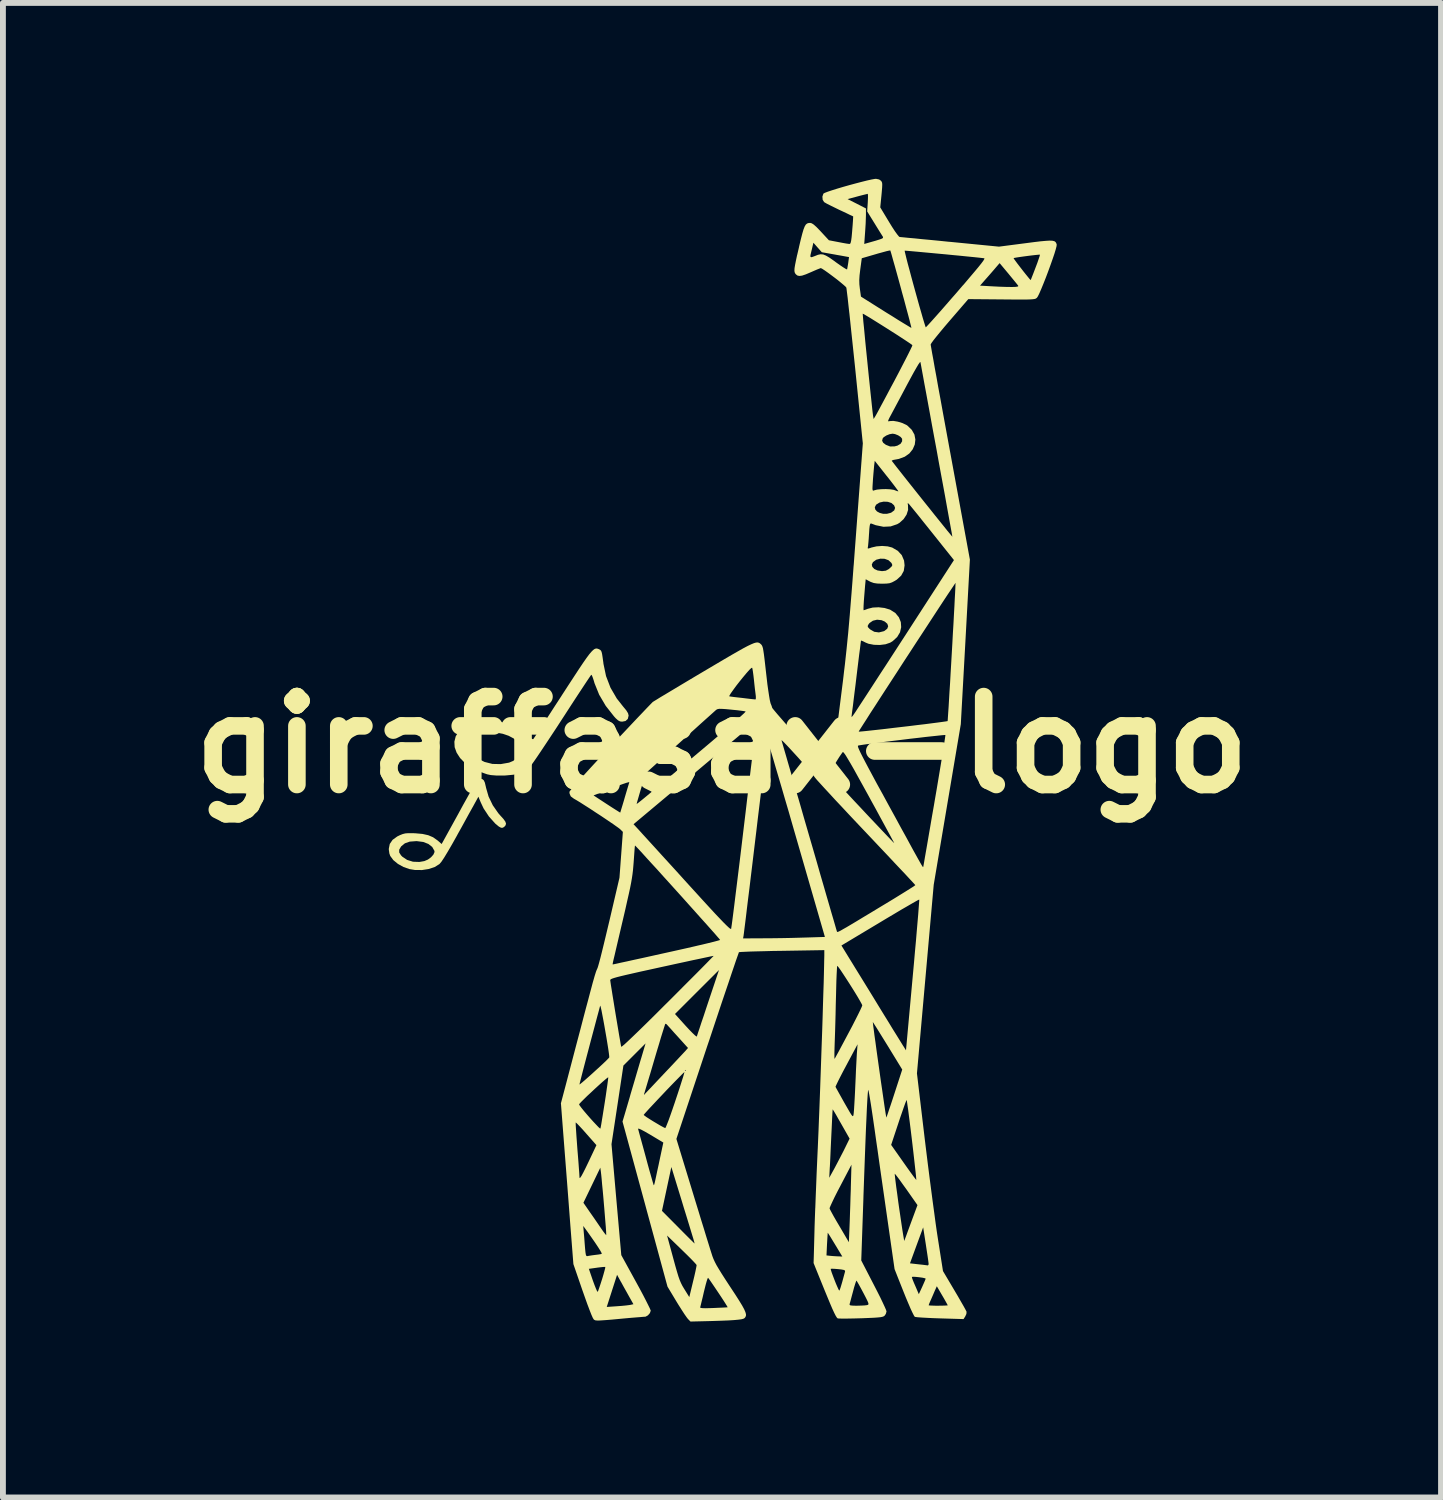
<source format=kicad_pcb>
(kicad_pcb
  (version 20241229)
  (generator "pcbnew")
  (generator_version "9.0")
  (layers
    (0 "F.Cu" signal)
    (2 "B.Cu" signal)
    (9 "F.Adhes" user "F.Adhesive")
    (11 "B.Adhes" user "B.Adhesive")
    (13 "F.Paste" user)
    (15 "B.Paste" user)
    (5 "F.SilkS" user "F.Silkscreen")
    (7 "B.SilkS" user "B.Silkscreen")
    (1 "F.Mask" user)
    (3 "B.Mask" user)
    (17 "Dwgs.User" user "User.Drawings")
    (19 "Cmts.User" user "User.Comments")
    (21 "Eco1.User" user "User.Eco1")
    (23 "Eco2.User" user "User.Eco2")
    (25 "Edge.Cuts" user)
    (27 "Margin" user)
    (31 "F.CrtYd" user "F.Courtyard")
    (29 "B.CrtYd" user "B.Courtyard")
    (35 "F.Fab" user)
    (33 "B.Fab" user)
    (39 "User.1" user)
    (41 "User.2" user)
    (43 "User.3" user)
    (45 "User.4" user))
  (footprint "giraffasax-logo"
    (layer "F.Cu")
    (at 9.264 9.653)
    (property "Reference" "giraffasax-logo" (at 0 0 0) (layer "F.SilkS") (effects (font (size 1.5 1.5) (thickness 0.3))))
    (attr board_only exclude_from_pos_files exclude_from_bom)
    (fp_poly (pts (xy -4.085 0.587) (xy -4.062 0.607) (xy -4.044 0.646) (xy -4.028 0.713) (xy -4.023 0.736) (xy -3.98 0.885) (xy -3.909 1.032) (xy -3.816 1.166) (xy -3.782 1.205) (xy -3.726 1.267) (xy -3.694 1.312) (xy -3.683 1.346) (xy -3.691 1.374) (xy -3.707 1.394) (xy -3.736 1.415) (xy -3.767 1.416) (xy -3.806 1.395) (xy -3.86 1.35) (xy -3.869 1.342) (xy -3.975 1.223) (xy -4.066 1.085) (xy -4.115 0.981) (xy -4.154 0.886) (xy -4.214 0.995) (xy -4.238 1.039) (xy -4.276 1.107) (xy -4.325 1.195) (xy -4.382 1.299) (xy -4.444 1.412) (xy -4.51 1.53) (xy -4.517 1.544) (xy -4.604 1.699) (xy -4.678 1.826) (xy -4.738 1.925) (xy -4.784 1.994) (xy -4.816 2.032) (xy -4.819 2.035) (xy -4.898 2.085) (xy -5 2.119) (xy -5.116 2.137) (xy -5.236 2.136) (xy -5.328 2.121) (xy -5.432 2.085) (xy -5.527 2.032) (xy -5.606 1.967) (xy -5.658 1.896) (xy -5.674 1.85) (xy -5.675 1.837) (xy -5.505 1.837) (xy -5.475 1.885) (xy -5.452 1.909) (xy -5.37 1.964) (xy -5.27 1.995) (xy -5.16 1.999) (xy -5.076 1.984) (xy -5.015 1.958) (xy -4.962 1.919) (xy -4.922 1.874) (xy -4.903 1.831) (xy -4.904 1.81) (xy -4.942 1.743) (xy -5.007 1.692) (xy -5.095 1.658) (xy -5.203 1.644) (xy -5.217 1.644) (xy -5.325 1.652) (xy -5.408 1.681) (xy -5.469 1.731) (xy -5.474 1.737) (xy -5.505 1.79) (xy -5.505 1.837) (xy -5.675 1.837) (xy -5.682 1.79) (xy -5.682 1.773) (xy -5.666 1.692) (xy -5.618 1.622) (xy -5.538 1.564) (xy -5.491 1.541) (xy -5.445 1.523) (xy -5.401 1.512) (xy -5.35 1.508) (xy -5.281 1.508) (xy -5.23 1.51) (xy -5.107 1.521) (xy -5.009 1.543) (xy -4.927 1.578) (xy -4.852 1.631) (xy -4.84 1.641) (xy -4.781 1.693) (xy -4.501 1.185) (xy -4.419 1.034) (xy -4.351 0.912) (xy -4.296 0.813) (xy -4.252 0.737) (xy -4.218 0.679) (xy -4.192 0.638) (xy -4.171 0.611) (xy -4.155 0.594) (xy -4.141 0.585) (xy -4.129 0.582) (xy -4.117 0.582)) (stroke (width 0) (type solid)) (fill yes) (layer "F.SilkS"))
    (fp_poly (pts (xy -2.111 -1.635) (xy -2.098 -1.63) (xy -2.078 -1.619) (xy -2.064 -1.606) (xy -2.053 -1.583) (xy -2.044 -1.545) (xy -2.035 -1.486) (xy -2.023 -1.4) (xy -2.021 -1.381) (xy -1.977 -1.171) (xy -1.901 -0.973) (xy -1.794 -0.789) (xy -1.686 -0.652) (xy -1.632 -0.587) (xy -1.602 -0.538) (xy -1.592 -0.499) (xy -1.592 -0.497) (xy -1.606 -0.44) (xy -1.645 -0.405) (xy -1.703 -0.394) (xy -1.738 -0.398) (xy -1.772 -0.416) (xy -1.812 -0.452) (xy -1.841 -0.484) (xy -1.982 -0.663) (xy -2.094 -0.853) (xy -2.174 -1.051) (xy -2.184 -1.087) (xy -2.202 -1.142) (xy -2.217 -1.18) (xy -2.228 -1.194) (xy -2.228 -1.194) (xy -2.24 -1.179) (xy -2.268 -1.138) (xy -2.311 -1.074) (xy -2.367 -0.989) (xy -2.435 -0.886) (xy -2.513 -0.767) (xy -2.598 -0.636) (xy -2.69 -0.494) (xy -2.731 -0.431) (xy -2.827 -0.283) (xy -2.919 -0.144) (xy -3.005 -0.014) (xy -3.083 0.103) (xy -3.151 0.204) (xy -3.207 0.285) (xy -3.25 0.345) (xy -3.277 0.38) (xy -3.282 0.386) (xy -3.357 0.444) (xy -3.447 0.485) (xy -3.557 0.511) (xy -3.694 0.524) (xy -3.723 0.525) (xy -3.846 0.525) (xy -3.943 0.517) (xy -4.005 0.504) (xy -4.151 0.453) (xy -4.277 0.388) (xy -4.383 0.312) (xy -4.466 0.227) (xy -4.525 0.136) (xy -4.559 0.042) (xy -4.56 0.025) (xy -4.31 0.025) (xy -4.297 0.097) (xy -4.255 0.166) (xy -4.182 0.227) (xy -4.181 0.227) (xy -4.049 0.293) (xy -3.915 0.327) (xy -3.774 0.33) (xy -3.631 0.305) (xy -3.562 0.276) (xy -3.496 0.229) (xy -3.489 0.222) (xy -3.448 0.178) (xy -3.428 0.14) (xy -3.423 0.095) (xy -3.423 0.092) (xy -3.439 0.018) (xy -3.484 -0.049) (xy -3.552 -0.107) (xy -3.638 -0.153) (xy -3.738 -0.187) (xy -3.846 -0.207) (xy -3.956 -0.211) (xy -4.065 -0.196) (xy -4.166 -0.162) (xy -4.169 -0.161) (xy -4.246 -0.11) (xy -4.293 -0.046) (xy -4.31 0.025) (xy -4.56 0.025) (xy -4.564 -0.052) (xy -4.541 -0.144) (xy -4.487 -0.231) (xy -4.464 -0.256) (xy -4.383 -0.32) (xy -4.286 -0.365) (xy -4.168 -0.394) (xy -4.031 -0.407) (xy -3.848 -0.4) (xy -3.676 -0.367) (xy -3.52 -0.307) (xy -3.383 -0.222) (xy -3.309 -0.157) (xy -3.267 -0.119) (xy -3.234 -0.097) (xy -3.218 -0.096) (xy -3.207 -0.113) (xy -3.178 -0.156) (xy -3.135 -0.222) (xy -3.078 -0.309) (xy -3.01 -0.413) (xy -2.932 -0.533) (xy -2.847 -0.665) (xy -2.755 -0.806) (xy -2.723 -0.856) (xy -2.61 -1.03) (xy -2.514 -1.177) (xy -2.434 -1.299) (xy -2.367 -1.399) (xy -2.311 -1.479) (xy -2.266 -1.54) (xy -2.229 -1.584) (xy -2.198 -1.615) (xy -2.173 -1.633) (xy -2.151 -1.641) (xy -2.131 -1.641)) (stroke (width 0) (type solid)) (fill yes) (layer "F.SilkS"))
    (fp_poly (pts (xy 2.681 -9.642) (xy 2.712 -9.62) (xy 2.724 -9.604) (xy 2.732 -9.583) (xy 2.734 -9.552) (xy 2.732 -9.503) (xy 2.726 -9.431) (xy 2.721 -9.376) (xy 2.7 -9.166) (xy 2.852 -8.914) (xy 2.903 -8.831) (xy 2.95 -8.759) (xy 2.99 -8.704) (xy 3.018 -8.67) (xy 3.03 -8.661) (xy 3.051 -8.659) (xy 3.104 -8.654) (xy 3.183 -8.646) (xy 3.287 -8.637) (xy 3.411 -8.624) (xy 3.552 -8.611) (xy 3.707 -8.596) (xy 3.872 -8.579) (xy 3.89 -8.578) (xy 4.725 -8.496) (xy 5.172 -8.554) (xy 5.318 -8.573) (xy 5.434 -8.587) (xy 5.523 -8.595) (xy 5.59 -8.599) (xy 5.637 -8.597) (xy 5.67 -8.589) (xy 5.69 -8.575) (xy 5.702 -8.555) (xy 5.71 -8.532) (xy 5.707 -8.504) (xy 5.693 -8.449) (xy 5.67 -8.373) (xy 5.639 -8.282) (xy 5.603 -8.18) (xy 5.564 -8.073) (xy 5.524 -7.967) (xy 5.484 -7.866) (xy 5.447 -7.776) (xy 5.415 -7.702) (xy 5.389 -7.649) (xy 5.373 -7.625) (xy 5.362 -7.616) (xy 5.349 -7.608) (xy 5.33 -7.603) (xy 5.3 -7.599) (xy 5.257 -7.596) (xy 5.196 -7.594) (xy 5.114 -7.594) (xy 5.007 -7.594) (xy 4.873 -7.595) (xy 4.771 -7.596) (xy 4.202 -7.601) (xy 3.881 -7.229) (xy 3.799 -7.133) (xy 3.724 -7.043) (xy 3.66 -6.965) (xy 3.609 -6.901) (xy 3.575 -6.854) (xy 3.561 -6.83) (xy 3.56 -6.828) (xy 3.563 -6.807) (xy 3.572 -6.755) (xy 3.586 -6.674) (xy 3.606 -6.566) (xy 3.629 -6.433) (xy 3.658 -6.277) (xy 3.689 -6.101) (xy 3.725 -5.907) (xy 3.763 -5.697) (xy 3.804 -5.473) (xy 3.847 -5.238) (xy 3.892 -4.993) (xy 3.895 -4.978) (xy 4.229 -3.158) (xy 4.152 -1.754) (xy 4.074 -0.351) (xy 3.843 1.018) (xy 3.612 2.388) (xy 3.469 3.997) (xy 3.326 5.605) (xy 3.459 6.724) (xy 3.485 6.936) (xy 3.512 7.155) (xy 3.54 7.374) (xy 3.568 7.589) (xy 3.595 7.795) (xy 3.621 7.986) (xy 3.644 8.158) (xy 3.665 8.305) (xy 3.681 8.41) (xy 3.77 8.977) (xy 3.966 9.308) (xy 4.024 9.406) (xy 4.075 9.495) (xy 4.119 9.571) (xy 4.151 9.629) (xy 4.169 9.664) (xy 4.172 9.672) (xy 4.169 9.709) (xy 4.15 9.75) (xy 4.121 9.796) (xy 3.719 9.784) (xy 3.603 9.78) (xy 3.499 9.775) (xy 3.41 9.77) (xy 3.341 9.765) (xy 3.299 9.76) (xy 3.289 9.757) (xy 3.275 9.737) (xy 3.251 9.69) (xy 3.218 9.62) (xy 3.193 9.561) (xy 3.526 9.561) (xy 3.542 9.564) (xy 3.584 9.566) (xy 3.646 9.568) (xy 3.688 9.568) (xy 3.758 9.567) (xy 3.813 9.565) (xy 3.846 9.563) (xy 3.851 9.561) (xy 3.843 9.545) (xy 3.821 9.505) (xy 3.789 9.448) (xy 3.758 9.395) (xy 3.665 9.236) (xy 3.629 9.316) (xy 3.6 9.384) (xy 3.569 9.455) (xy 3.56 9.475) (xy 3.54 9.521) (xy 3.528 9.553) (xy 3.526 9.561) (xy 3.193 9.561) (xy 3.18 9.531) (xy 3.137 9.429) (xy 3.102 9.342) (xy 2.999 9.083) (xy 3.24 9.083) (xy 3.244 9.099) (xy 3.255 9.13) (xy 3.275 9.179) (xy 3.307 9.252) (xy 3.332 9.311) (xy 3.358 9.371) (xy 3.416 9.245) (xy 3.443 9.184) (xy 3.464 9.136) (xy 3.474 9.109) (xy 3.475 9.106) (xy 3.459 9.099) (xy 3.42 9.09) (xy 3.369 9.083) (xy 3.315 9.077) (xy 3.269 9.074) (xy 3.243 9.076) (xy 3.241 9.077) (xy 3.24 9.083) (xy 2.999 9.083) (xy 2.944 8.943) (xy 2.93 8.845) (xy 3.207 8.845) (xy 3.354 8.862) (xy 3.421 8.869) (xy 3.476 8.876) (xy 3.508 8.88) (xy 3.513 8.881) (xy 3.523 8.869) (xy 3.525 8.853) (xy 3.522 8.827) (xy 3.515 8.773) (xy 3.504 8.698) (xy 3.49 8.607) (xy 3.478 8.527) (xy 3.432 8.232) (xy 3.319 8.539) (xy 3.207 8.845) (xy 2.93 8.845) (xy 2.797 7.916) (xy 2.768 7.713) (xy 2.738 7.504) (xy 2.711 7.317) (xy 2.947 7.317) (xy 2.948 7.335) (xy 2.953 7.383) (xy 2.962 7.457) (xy 2.974 7.552) (xy 2.99 7.666) (xy 3.007 7.795) (xy 3.022 7.901) (xy 3.042 8.036) (xy 3.06 8.159) (xy 3.076 8.266) (xy 3.09 8.354) (xy 3.101 8.418) (xy 3.107 8.455) (xy 3.11 8.462) (xy 3.117 8.442) (xy 3.135 8.395) (xy 3.16 8.326) (xy 3.191 8.242) (xy 3.225 8.149) (xy 3.335 7.852) (xy 3.145 7.581) (xy 3.085 7.498) (xy 3.033 7.425) (xy 2.991 7.369) (xy 2.961 7.331) (xy 2.947 7.317) (xy 2.947 7.317) (xy 2.711 7.317) (xy 2.708 7.296) (xy 2.679 7.092) (xy 2.652 6.899) (xy 2.641 6.825) (xy 2.886 6.825) (xy 3.098 7.126) (xy 3.16 7.214) (xy 3.216 7.292) (xy 3.262 7.355) (xy 3.295 7.399) (xy 3.313 7.421) (xy 3.315 7.422) (xy 3.314 7.405) (xy 3.31 7.357) (xy 3.302 7.282) (xy 3.291 7.184) (xy 3.278 7.067) (xy 3.263 6.934) (xy 3.246 6.789) (xy 3.24 6.738) (xy 3.222 6.59) (xy 3.205 6.453) (xy 3.189 6.33) (xy 3.176 6.227) (xy 3.164 6.145) (xy 3.156 6.088) (xy 3.151 6.061) (xy 3.15 6.059) (xy 3.142 6.075) (xy 3.125 6.118) (xy 3.101 6.185) (xy 3.071 6.272) (xy 3.036 6.372) (xy 3.013 6.442) (xy 2.886 6.825) (xy 2.641 6.825) (xy 2.626 6.721) (xy 2.604 6.564) (xy 2.585 6.433) (xy 2.577 6.376) (xy 2.558 6.249) (xy 2.541 6.136) (xy 2.525 6.039) (xy 2.512 5.963) (xy 2.502 5.911) (xy 2.496 5.888) (xy 2.494 5.888) (xy 2.49 5.915) (xy 2.485 5.976) (xy 2.479 6.071) (xy 2.472 6.2) (xy 2.465 6.362) (xy 2.456 6.559) (xy 2.447 6.789) (xy 2.437 7.053) (xy 2.426 7.352) (xy 2.414 7.685) (xy 2.412 7.757) (xy 2.376 8.796) (xy 2.591 9.212) (xy 2.648 9.323) (xy 2.7 9.426) (xy 2.743 9.516) (xy 2.777 9.589) (xy 2.799 9.64) (xy 2.807 9.666) (xy 2.807 9.666) (xy 2.795 9.708) (xy 2.775 9.737) (xy 2.761 9.748) (xy 2.741 9.756) (xy 2.709 9.763) (xy 2.662 9.768) (xy 2.595 9.773) (xy 2.503 9.777) (xy 2.382 9.782) (xy 2.375 9.782) (xy 2.265 9.785) (xy 2.164 9.787) (xy 2.08 9.788) (xy 2.016 9.787) (xy 1.98 9.785) (xy 1.974 9.784) (xy 1.961 9.772) (xy 1.941 9.741) (xy 1.915 9.69) (xy 1.881 9.616) (xy 1.854 9.553) (xy 2.177 9.553) (xy 2.19 9.562) (xy 2.222 9.566) (xy 2.279 9.568) (xy 2.304 9.568) (xy 2.374 9.566) (xy 2.434 9.563) (xy 2.474 9.558) (xy 2.477 9.557) (xy 2.492 9.552) (xy 2.499 9.542) (xy 2.497 9.523) (xy 2.483 9.489) (xy 2.457 9.436) (xy 2.417 9.359) (xy 2.409 9.344) (xy 2.369 9.269) (xy 2.335 9.207) (xy 2.309 9.162) (xy 2.295 9.141) (xy 2.293 9.14) (xy 2.286 9.156) (xy 2.272 9.197) (xy 2.253 9.259) (xy 2.236 9.324) (xy 2.215 9.401) (xy 2.197 9.469) (xy 2.184 9.517) (xy 2.178 9.538) (xy 2.177 9.553) (xy 1.854 9.553) (xy 1.838 9.515) (xy 1.785 9.387) (xy 1.752 9.307) (xy 1.603 8.94) (xy 1.855 8.94) (xy 1.858 8.957) (xy 1.871 8.999) (xy 1.892 9.056) (xy 1.917 9.122) (xy 1.943 9.188) (xy 1.968 9.246) (xy 1.988 9.29) (xy 2 9.31) (xy 2.001 9.311) (xy 2.01 9.296) (xy 2.024 9.255) (xy 2.042 9.195) (xy 2.052 9.161) (xy 2.071 9.091) (xy 2.087 9.032) (xy 2.098 8.992) (xy 2.1 8.984) (xy 2.099 8.969) (xy 2.08 8.958) (xy 2.038 8.95) (xy 1.985 8.944) (xy 1.924 8.939) (xy 1.878 8.937) (xy 1.855 8.939) (xy 1.855 8.94) (xy 1.603 8.94) (xy 1.563 8.84) (xy 1.567 8.71) (xy 1.783 8.71) (xy 1.845 8.717) (xy 1.906 8.722) (xy 1.972 8.726) (xy 1.98 8.726) (xy 2.053 8.729) (xy 1.93 8.525) (xy 1.885 8.451) (xy 1.848 8.39) (xy 1.82 8.346) (xy 1.806 8.325) (xy 1.804 8.323) (xy 1.803 8.341) (xy 1.8 8.385) (xy 1.796 8.45) (xy 1.792 8.518) (xy 1.783 8.71) (xy 1.567 8.71) (xy 1.577 8.335) (xy 1.58 8.216) (xy 1.585 8.069) (xy 1.591 7.908) (xy 1.836 7.908) (xy 1.845 7.93) (xy 1.87 7.977) (xy 1.906 8.043) (xy 1.952 8.123) (xy 2.003 8.209) (xy 2.165 8.485) (xy 2.176 8.218) (xy 2.18 8.116) (xy 2.184 7.991) (xy 2.189 7.852) (xy 2.193 7.71) (xy 2.198 7.574) (xy 2.198 7.557) (xy 2.209 7.163) (xy 2.021 7.522) (xy 1.967 7.625) (xy 1.92 7.718) (xy 1.882 7.798) (xy 1.854 7.859) (xy 1.838 7.897) (xy 1.836 7.908) (xy 1.591 7.908) (xy 1.592 7.899) (xy 1.599 7.711) (xy 1.607 7.513) (xy 1.612 7.386) (xy 1.83 7.386) (xy 1.921 7.221) (xy 1.97 7.128) (xy 2.025 7.022) (xy 2.077 6.922) (xy 2.094 6.887) (xy 2.177 6.718) (xy 2.034 6.466) (xy 1.987 6.384) (xy 1.947 6.313) (xy 1.915 6.259) (xy 1.894 6.226) (xy 1.889 6.218) (xy 1.887 6.236) (xy 1.884 6.283) (xy 1.88 6.354) (xy 1.876 6.446) (xy 1.871 6.553) (xy 1.867 6.633) (xy 1.861 6.76) (xy 1.855 6.887) (xy 1.85 7.006) (xy 1.845 7.109) (xy 1.841 7.189) (xy 1.839 7.214) (xy 1.83 7.386) (xy 1.612 7.386) (xy 1.615 7.309) (xy 1.624 7.105) (xy 1.633 6.907) (xy 1.634 6.889) (xy 1.64 6.749) (xy 1.647 6.587) (xy 1.654 6.404) (xy 1.662 6.206) (xy 1.67 5.995) (xy 1.676 5.835) (xy 1.937 5.835) (xy 1.947 5.854) (xy 1.971 5.897) (xy 2.006 5.96) (xy 2.049 6.037) (xy 2.088 6.107) (xy 2.141 6.199) (xy 2.179 6.265) (xy 2.206 6.308) (xy 2.223 6.33) (xy 2.234 6.335) (xy 2.24 6.327) (xy 2.244 6.31) (xy 2.248 6.279) (xy 2.253 6.218) (xy 2.258 6.134) (xy 2.264 6.031) (xy 2.27 5.915) (xy 2.275 5.802) (xy 2.281 5.674) (xy 2.286 5.55) (xy 2.292 5.436) (xy 2.297 5.34) (xy 2.301 5.267) (xy 2.304 5.229) (xy 2.313 5.109) (xy 2.123 5.465) (xy 2.069 5.566) (xy 2.022 5.657) (xy 1.983 5.734) (xy 1.955 5.792) (xy 1.939 5.827) (xy 1.937 5.835) (xy 1.676 5.835) (xy 1.678 5.775) (xy 1.686 5.548) (xy 1.694 5.319) (xy 1.694 5.316) (xy 1.918 5.316) (xy 1.919 5.351) (xy 1.921 5.357) (xy 1.931 5.341) (xy 1.955 5.297) (xy 1.991 5.232) (xy 2.036 5.147) (xy 2.089 5.048) (xy 2.148 4.937) (xy 2.164 4.907) (xy 2.224 4.794) (xy 2.257 4.729) (xy 2.573 4.729) (xy 2.575 4.747) (xy 2.58 4.794) (xy 2.59 4.867) (xy 2.602 4.961) (xy 2.618 5.073) (xy 2.635 5.199) (xy 2.654 5.335) (xy 2.674 5.477) (xy 2.694 5.62) (xy 2.714 5.761) (xy 2.734 5.897) (xy 2.752 6.022) (xy 2.768 6.133) (xy 2.782 6.227) (xy 2.793 6.298) (xy 2.801 6.343) (xy 2.804 6.359) (xy 2.804 6.359) (xy 2.811 6.341) (xy 2.827 6.296) (xy 2.85 6.226) (xy 2.88 6.138) (xy 2.914 6.035) (xy 2.943 5.946) (xy 3.075 5.54) (xy 2.826 5.133) (xy 2.761 5.028) (xy 2.702 4.933) (xy 2.652 4.852) (xy 2.612 4.789) (xy 2.585 4.747) (xy 2.574 4.73) (xy 2.573 4.729) (xy 2.257 4.729) (xy 2.277 4.69) (xy 2.323 4.599) (xy 2.359 4.525) (xy 2.383 4.473) (xy 2.393 4.446) (xy 2.393 4.443) (xy 2.381 4.417) (xy 2.355 4.37) (xy 2.318 4.306) (xy 2.272 4.23) (xy 2.221 4.148) (xy 2.167 4.063) (xy 2.114 3.981) (xy 2.065 3.906) (xy 2.023 3.843) (xy 1.99 3.797) (xy 1.971 3.774) (xy 1.966 3.772) (xy 1.963 3.793) (xy 1.96 3.844) (xy 1.956 3.921) (xy 1.952 4.019) (xy 1.949 4.133) (xy 1.946 4.259) (xy 1.945 4.296) (xy 1.941 4.442) (xy 1.938 4.594) (xy 1.934 4.742) (xy 1.93 4.88) (xy 1.926 4.999) (xy 1.923 5.083) (xy 1.92 5.177) (xy 1.918 5.256) (xy 1.918 5.316) (xy 1.694 5.316) (xy 1.702 5.09) (xy 1.71 4.865) (xy 1.717 4.647) (xy 1.723 4.44) (xy 1.729 4.246) (xy 1.735 4.069) (xy 1.739 3.912) (xy 1.742 3.779) (xy 1.744 3.674) (xy 1.746 3.598) (xy 1.746 3.587) (xy 1.746 3.503) (xy 1.023 3.515) (xy 0.869 3.517) (xy 0.726 3.521) (xy 0.597 3.524) (xy 0.486 3.527) (xy 0.396 3.531) (xy 0.331 3.534) (xy 0.296 3.537) (xy 0.289 3.539) (xy 0.283 3.557) (xy 0.266 3.605) (xy 0.239 3.681) (xy 0.205 3.782) (xy 0.162 3.908) (xy 0.113 4.055) (xy 0.057 4.22) (xy -0.005 4.403) (xy -0.071 4.601) (xy -0.141 4.811) (xy -0.214 5.031) (xy -0.25 5.137) (xy -0.777 6.723) (xy -0.506 7.61) (xy -0.453 7.784) (xy -0.401 7.953) (xy -0.352 8.114) (xy -0.306 8.262) (xy -0.266 8.394) (xy -0.231 8.506) (xy -0.204 8.594) (xy -0.185 8.654) (xy -0.18 8.669) (xy -0.163 8.723) (xy -0.144 8.772) (xy -0.121 8.822) (xy -0.093 8.876) (xy -0.055 8.94) (xy -0.007 9.018) (xy 0.055 9.115) (xy 0.134 9.236) (xy 0.142 9.248) (xy 0.227 9.377) (xy 0.294 9.482) (xy 0.344 9.564) (xy 0.379 9.628) (xy 0.4 9.677) (xy 0.41 9.714) (xy 0.409 9.742) (xy 0.398 9.764) (xy 0.386 9.779) (xy 0.367 9.79) (xy 0.333 9.799) (xy 0.281 9.806) (xy 0.207 9.813) (xy 0.11 9.819) (xy -0.016 9.824) (xy -0.171 9.829) (xy -0.247 9.831) (xy -0.537 9.838) (xy -0.581 9.793) (xy -0.604 9.763) (xy -0.641 9.71) (xy -0.687 9.639) (xy -0.714 9.596) (xy -0.372 9.596) (xy -0.366 9.604) (xy -0.338 9.609) (xy -0.285 9.611) (xy -0.203 9.609) (xy -0.143 9.607) (xy -0.057 9.603) (xy 0.016 9.6) (xy 0.069 9.597) (xy 0.095 9.595) (xy 0.097 9.595) (xy 0.09 9.58) (xy 0.067 9.543) (xy 0.033 9.489) (xy -0.01 9.423) (xy -0.058 9.351) (xy -0.107 9.278) (xy -0.153 9.21) (xy -0.192 9.153) (xy -0.221 9.112) (xy -0.236 9.093) (xy -0.237 9.092) (xy -0.246 9.106) (xy -0.26 9.148) (xy -0.278 9.212) (xy -0.298 9.292) (xy -0.308 9.332) (xy -0.328 9.42) (xy -0.347 9.497) (xy -0.361 9.556) (xy -0.37 9.591) (xy -0.372 9.596) (xy -0.714 9.596) (xy -0.739 9.557) (xy -0.777 9.495) (xy -0.929 9.242) (xy -1.166 8.371) (xy -0.936 8.371) (xy -0.83 8.762) (xy -0.795 8.89) (xy -0.766 8.991) (xy -0.742 9.07) (xy -0.72 9.132) (xy -0.698 9.183) (xy -0.675 9.229) (xy -0.648 9.274) (xy -0.64 9.287) (xy -0.557 9.421) (xy -0.493 9.156) (xy -0.471 9.065) (xy -0.453 8.985) (xy -0.44 8.922) (xy -0.433 8.883) (xy -0.433 8.873) (xy -0.446 8.856) (xy -0.48 8.819) (xy -0.531 8.766) (xy -0.595 8.702) (xy -0.67 8.629) (xy -0.686 8.613) (xy -0.936 8.371) (xy -1.166 8.371) (xy -1.281 7.95) (xy -1.023 7.95) (xy -0.747 8.228) (xy -0.668 8.308) (xy -0.598 8.378) (xy -0.539 8.437) (xy -0.496 8.479) (xy -0.472 8.503) (xy -0.467 8.507) (xy -0.47 8.492) (xy -0.48 8.455) (xy -0.486 8.434) (xy -0.496 8.401) (xy -0.515 8.339) (xy -0.541 8.253) (xy -0.573 8.148) (xy -0.61 8.027) (xy -0.651 7.895) (xy -0.685 7.782) (xy -0.863 7.202) (xy -0.943 7.576) (xy -1.023 7.95) (xy -1.281 7.95) (xy -1.312 7.835) (xy -1.662 6.551) (xy -1.431 6.551) (xy -1.431 6.551) (xy -1.424 6.575) (xy -1.41 6.628) (xy -1.389 6.704) (xy -1.363 6.799) (xy -1.333 6.908) (xy -1.301 7.026) (xy -1.269 7.145) (xy -1.239 7.254) (xy -1.212 7.348) (xy -1.191 7.423) (xy -1.176 7.474) (xy -1.169 7.497) (xy -1.166 7.506) (xy -1.163 7.512) (xy -1.16 7.512) (xy -1.155 7.5) (xy -1.148 7.475) (xy -1.138 7.431) (xy -1.124 7.366) (xy -1.105 7.276) (xy -1.079 7.158) (xy -1.071 7.119) (xy -1 6.785) (xy -1.22 6.653) (xy -1.315 6.598) (xy -1.381 6.563) (xy -1.42 6.547) (xy -1.431 6.551) (xy -1.662 6.551) (xy -1.696 6.427) (xy -1.662 6.314) (xy -1.335 6.314) (xy -1.321 6.326) (xy -1.285 6.352) (xy -1.232 6.386) (xy -1.171 6.424) (xy -1.107 6.462) (xy -1.048 6.497) (xy -1 6.523) (xy -0.971 6.537) (xy -0.967 6.538) (xy -0.957 6.522) (xy -0.939 6.478) (xy -0.912 6.41) (xy -0.88 6.321) (xy -0.843 6.215) (xy -0.803 6.098) (xy -0.792 6.064) (xy -0.752 5.944) (xy -0.716 5.834) (xy -0.686 5.739) (xy -0.662 5.664) (xy -0.647 5.611) (xy -0.64 5.586) (xy -0.64 5.584) (xy -0.653 5.594) (xy -0.686 5.626) (xy -0.734 5.675) (xy -0.796 5.738) (xy -0.867 5.811) (xy -0.943 5.89) (xy -1.021 5.973) (xy -1.098 6.054) (xy -1.169 6.13) (xy -1.233 6.198) (xy -1.283 6.253) (xy -1.319 6.293) (xy -1.334 6.312) (xy -1.335 6.314) (xy -1.662 6.314) (xy -1.572 6.008) (xy -1.562 5.971) (xy -1.33 5.971) (xy -1.322 5.965) (xy -1.307 5.948) (xy -1.271 5.91) (xy -1.218 5.854) (xy -1.151 5.783) (xy -1.074 5.701) (xy -0.989 5.611) (xy -0.983 5.605) (xy -0.935 5.554) (xy -0.633 5.554) (xy -0.625 5.563) (xy -0.616 5.554) (xy -0.625 5.546) (xy -0.633 5.554) (xy -0.935 5.554) (xy -0.896 5.513) (xy -0.815 5.427) (xy -0.743 5.35) (xy -0.684 5.287) (xy -0.642 5.242) (xy -0.619 5.218) (xy -0.619 5.217) (xy -0.579 5.172) (xy -0.754 4.978) (xy -0.816 4.91) (xy -0.87 4.849) (xy -0.912 4.803) (xy -0.938 4.774) (xy -0.943 4.768) (xy -0.962 4.759) (xy -0.967 4.761) (xy -0.973 4.778) (xy -0.988 4.825) (xy -1.011 4.898) (xy -1.04 4.991) (xy -1.073 5.103) (xy -1.111 5.228) (xy -1.147 5.35) (xy -1.187 5.486) (xy -1.224 5.612) (xy -1.258 5.724) (xy -1.286 5.818) (xy -1.308 5.891) (xy -1.322 5.939) (xy -1.328 5.956) (xy -1.33 5.971) (xy -1.562 5.971) (xy -1.534 5.876) (xy -1.493 5.738) (xy -1.454 5.604) (xy -1.418 5.482) (xy -1.388 5.38) (xy -1.376 5.341) (xy -1.303 5.094) (xy -1.492 5.283) (xy -1.681 5.472) (xy -1.782 6.142) (xy -1.884 6.813) (xy -1.801 7.759) (xy -1.717 8.705) (xy -1.466 9.162) (xy -1.403 9.277) (xy -1.346 9.384) (xy -1.297 9.479) (xy -1.258 9.557) (xy -1.23 9.614) (xy -1.216 9.648) (xy -1.215 9.653) (xy -1.229 9.694) (xy -1.262 9.732) (xy -1.301 9.754) (xy -1.314 9.756) (xy -1.339 9.757) (xy -1.393 9.762) (xy -1.47 9.768) (xy -1.567 9.776) (xy -1.677 9.786) (xy -1.751 9.793) (xy -1.879 9.805) (xy -1.978 9.813) (xy -2.051 9.818) (xy -2.103 9.821) (xy -2.138 9.82) (xy -2.161 9.817) (xy -2.176 9.81) (xy -2.187 9.801) (xy -2.19 9.797) (xy -2.204 9.773) (xy -2.227 9.721) (xy -2.257 9.645) (xy -2.278 9.589) (xy -1.965 9.589) (xy -1.791 9.577) (xy -1.711 9.571) (xy -1.638 9.564) (xy -1.583 9.557) (xy -1.563 9.554) (xy -1.51 9.542) (xy -1.582 9.414) (xy -1.627 9.333) (xy -1.677 9.244) (xy -1.72 9.165) (xy -1.722 9.163) (xy -1.789 9.041) (xy -1.877 9.315) (xy -1.965 9.589) (xy -2.278 9.589) (xy -2.293 9.55) (xy -2.332 9.441) (xy -2.374 9.322) (xy -2.378 9.311) (xy -2.506 8.939) (xy -2.27 8.939) (xy -2.201 9.141) (xy -2.173 9.217) (xy -2.149 9.277) (xy -2.131 9.318) (xy -2.12 9.332) (xy -2.12 9.332) (xy -2.11 9.311) (xy -2.094 9.265) (xy -2.072 9.2) (xy -2.047 9.122) (xy -2.045 9.117) (xy -2.022 9.039) (xy -2.004 8.974) (xy -1.992 8.928) (xy -1.99 8.908) (xy -1.99 8.907) (xy -2.009 8.906) (xy -2.053 8.91) (xy -2.114 8.917) (xy -2.134 8.92) (xy -2.27 8.939) (xy -2.506 8.939) (xy -2.534 8.858) (xy -2.585 8.207) (xy -2.366 8.207) (xy -2.356 8.327) (xy -2.349 8.406) (xy -2.342 8.5) (xy -2.335 8.587) (xy -2.335 8.588) (xy -2.328 8.658) (xy -2.321 8.7) (xy -2.311 8.72) (xy -2.298 8.723) (xy -2.296 8.722) (xy -2.264 8.716) (xy -2.212 8.708) (xy -2.165 8.702) (xy -2.108 8.695) (xy -2.066 8.688) (xy -2.05 8.683) (xy -2.054 8.667) (xy -2.076 8.627) (xy -2.114 8.567) (xy -2.165 8.49) (xy -2.227 8.401) (xy -2.296 8.303) (xy -2.316 8.276) (xy -2.366 8.207) (xy -2.585 8.207) (xy -2.615 7.812) (xy -2.363 7.812) (xy -2.256 7.967) (xy -2.2 8.047) (xy -2.14 8.134) (xy -2.086 8.213) (xy -2.064 8.245) (xy -2.026 8.3) (xy -1.995 8.341) (xy -1.977 8.362) (xy -1.974 8.364) (xy -1.974 8.346) (xy -1.976 8.298) (xy -1.981 8.225) (xy -1.989 8.131) (xy -1.998 8.019) (xy -2.008 7.896) (xy -2.011 7.863) (xy -2.022 7.732) (xy -2.033 7.609) (xy -2.044 7.499) (xy -2.052 7.406) (xy -2.059 7.336) (xy -2.064 7.295) (xy -2.064 7.291) (xy -2.075 7.214) (xy -2.219 7.513) (xy -2.363 7.812) (xy -2.615 7.812) (xy -2.64 7.487) (xy -2.72 6.46) (xy -2.495 6.46) (xy -2.493 6.508) (xy -2.488 6.581) (xy -2.482 6.674) (xy -2.474 6.783) (xy -2.466 6.894) (xy -2.456 7.016) (xy -2.447 7.128) (xy -2.44 7.226) (xy -2.434 7.304) (xy -2.431 7.357) (xy -2.43 7.38) (xy -2.426 7.391) (xy -2.415 7.382) (xy -2.395 7.352) (xy -2.366 7.298) (xy -2.326 7.219) (xy -2.274 7.111) (xy -2.232 7.022) (xy -2.141 6.829) (xy -2.314 6.633) (xy -2.374 6.565) (xy -2.426 6.509) (xy -2.466 6.467) (xy -2.49 6.445) (xy -2.494 6.442) (xy -2.495 6.46) (xy -2.72 6.46) (xy -2.745 6.135) (xy -2.437 6.135) (xy -2.426 6.154) (xy -2.397 6.193) (xy -2.355 6.245) (xy -2.304 6.305) (xy -2.249 6.368) (xy -2.195 6.428) (xy -2.145 6.481) (xy -2.106 6.522) (xy -2.081 6.544) (xy -2.074 6.547) (xy -2.069 6.529) (xy -2.06 6.481) (xy -2.048 6.408) (xy -2.033 6.316) (xy -2.016 6.208) (xy -2 6.108) (xy -1.982 5.991) (xy -1.967 5.885) (xy -1.954 5.796) (xy -1.945 5.728) (xy -1.94 5.685) (xy -1.939 5.672) (xy -1.953 5.68) (xy -1.988 5.708) (xy -2.038 5.751) (xy -2.098 5.805) (xy -2.165 5.866) (xy -2.233 5.93) (xy -2.299 5.991) (xy -2.356 6.047) (xy -2.401 6.092) (xy -2.43 6.123) (xy -2.437 6.135) (xy -2.745 6.135) (xy -2.747 6.116) (xy -2.662 5.795) (xy -2.43 5.795) (xy -2.419 5.788) (xy -2.387 5.762) (xy -2.339 5.721) (xy -2.279 5.668) (xy -2.213 5.609) (xy -2.144 5.546) (xy -2.077 5.485) (xy -2.017 5.429) (xy -1.968 5.382) (xy -1.935 5.348) (xy -1.922 5.333) (xy -1.922 5.332) (xy -1.923 5.309) (xy -1.929 5.259) (xy -1.939 5.188) (xy -1.953 5.101) (xy -1.969 5.003) (xy -1.987 4.9) (xy -2.005 4.796) (xy -2.023 4.697) (xy -2.04 4.608) (xy -2.054 4.534) (xy -2.066 4.481) (xy -2.074 4.453) (xy -2.076 4.45) (xy -2.083 4.471) (xy -2.096 4.521) (xy -2.116 4.595) (xy -2.141 4.688) (xy -2.17 4.798) (xy -2.202 4.918) (xy -2.236 5.045) (xy -2.27 5.175) (xy -2.304 5.303) (xy -2.336 5.425) (xy -2.365 5.536) (xy -2.39 5.633) (xy -2.41 5.711) (xy -2.424 5.766) (xy -2.43 5.793) (xy -2.43 5.795) (xy -2.662 5.795) (xy -2.475 5.082) (xy -2.415 4.856) (xy -2.364 4.66) (xy -2.32 4.493) (xy -2.282 4.352) (xy -2.251 4.234) (xy -2.225 4.137) (xy -2.204 4.058) (xy -2.191 4.013) (xy -1.906 4.013) (xy -1.906 4.015) (xy -1.902 4.043) (xy -1.894 4.099) (xy -1.881 4.178) (xy -1.866 4.274) (xy -1.848 4.384) (xy -1.829 4.502) (xy -1.809 4.624) (xy -1.789 4.743) (xy -1.77 4.856) (xy -1.753 4.958) (xy -1.738 5.043) (xy -1.727 5.107) (xy -1.72 5.144) (xy -1.718 5.151) (xy -1.705 5.145) (xy -1.667 5.114) (xy -1.607 5.059) (xy -1.525 4.981) (xy -1.42 4.88) (xy -1.293 4.756) (xy -1.145 4.61) (xy -1.127 4.592) (xy -0.801 4.592) (xy -0.619 4.794) (xy -0.557 4.861) (xy -0.503 4.916) (xy -0.461 4.956) (xy -0.436 4.975) (xy -0.429 4.976) (xy -0.422 4.955) (xy -0.406 4.906) (xy -0.381 4.832) (xy -0.35 4.737) (xy -0.312 4.626) (xy -0.271 4.501) (xy -0.237 4.399) (xy -0.051 3.843) (xy -0.426 4.217) (xy -0.801 4.592) (xy -1.127 4.592) (xy -0.976 4.441) (xy -0.924 4.39) (xy -0.789 4.255) (xy -0.661 4.126) (xy -0.542 4.007) (xy -0.435 3.9) (xy -0.342 3.806) (xy -0.264 3.727) (xy -0.204 3.665) (xy -0.163 3.623) (xy -0.143 3.603) (xy -0.142 3.601) (xy -0.159 3.604) (xy -0.206 3.613) (xy -0.281 3.629) (xy -0.379 3.65) (xy -0.499 3.675) (xy -0.636 3.705) (xy -0.789 3.738) (xy -0.953 3.774) (xy -1.027 3.79) (xy -1.222 3.833) (xy -1.387 3.869) (xy -1.523 3.9) (xy -1.633 3.925) (xy -1.721 3.946) (xy -1.788 3.963) (xy -1.837 3.977) (xy -1.87 3.988) (xy -1.891 3.997) (xy -1.902 4.006) (xy -1.906 4.013) (xy -2.191 4.013) (xy -2.186 3.996) (xy -2.172 3.946) (xy -2.16 3.908) (xy -2.151 3.879) (xy -2.143 3.856) (xy -2.135 3.837) (xy -2.127 3.819) (xy -2.122 3.808) (xy -2.112 3.777) (xy -2.1 3.735) (xy -1.864 3.735) (xy -1.863 3.748) (xy -1.846 3.744) (xy -1.798 3.734) (xy -1.723 3.717) (xy -1.624 3.696) (xy -1.503 3.669) (xy -1.364 3.639) (xy -1.211 3.605) (xy -1.045 3.568) (xy -0.945 3.546) (xy -0.774 3.508) (xy -0.613 3.472) (xy -0.465 3.438) (xy -0.406 3.424) (xy 2.038 3.424) (xy 2.177 3.651) (xy 2.218 3.717) (xy 2.273 3.807) (xy 2.341 3.917) (xy 2.418 4.042) (xy 2.501 4.177) (xy 2.587 4.317) (xy 2.673 4.458) (xy 2.684 4.476) (xy 2.765 4.608) (xy 2.843 4.734) (xy 2.913 4.849) (xy 2.976 4.95) (xy 3.028 5.034) (xy 3.067 5.097) (xy 3.091 5.136) (xy 3.096 5.143) (xy 3.139 5.212) (xy 3.256 3.93) (xy 3.275 3.724) (xy 3.292 3.528) (xy 3.309 3.345) (xy 3.323 3.177) (xy 3.336 3.027) (xy 3.347 2.898) (xy 3.355 2.792) (xy 3.361 2.712) (xy 3.365 2.661) (xy 3.365 2.641) (xy 3.365 2.641) (xy 3.349 2.647) (xy 3.307 2.67) (xy 3.242 2.707) (xy 3.156 2.757) (xy 3.052 2.817) (xy 2.935 2.887) (xy 2.805 2.964) (xy 2.697 3.029) (xy 2.038 3.424) (xy -0.406 3.424) (xy -0.335 3.408) (xy -0.224 3.381) (xy -0.135 3.359) (xy -0.072 3.342) (xy -0.038 3.332) (xy -0.032 3.329) (xy -0.043 3.314) (xy -0.052 3.303) (xy 0.36 3.303) (xy 0.732 3.301) (xy 0.87 3.3) (xy 1.023 3.298) (xy 1.179 3.295) (xy 1.324 3.291) (xy 1.43 3.288) (xy 1.756 3.278) (xy 1.267 1.588) (xy 1.2 1.356) (xy 1.136 1.133) (xy 1.074 0.923) (xy 1.017 0.727) (xy 0.964 0.547) (xy 0.916 0.385) (xy 0.875 0.244) (xy 0.839 0.125) (xy 0.811 0.032) (xy 0.79 -0.035) (xy 0.778 -0.073) (xy 0.777 -0.076) (xy 1.016 -0.076) (xy 1.022 -0.055) (xy 1.037 -0.004) (xy 1.06 0.076) (xy 1.091 0.182) (xy 1.128 0.311) (xy 1.172 0.462) (xy 1.221 0.632) (xy 1.275 0.819) (xy 1.334 1.02) (xy 1.395 1.234) (xy 1.46 1.458) (xy 1.489 1.558) (xy 1.555 1.784) (xy 1.618 2.002) (xy 1.677 2.209) (xy 1.733 2.401) (xy 1.784 2.578) (xy 1.83 2.736) (xy 1.87 2.874) (xy 1.904 2.989) (xy 1.93 3.079) (xy 1.948 3.142) (xy 1.958 3.175) (xy 1.96 3.18) (xy 1.961 3.186) (xy 1.964 3.191) (xy 1.969 3.193) (xy 1.979 3.191) (xy 1.998 3.183) (xy 2.026 3.169) (xy 2.067 3.145) (xy 2.124 3.113) (xy 2.198 3.069) (xy 2.292 3.013) (xy 2.409 2.942) (xy 2.551 2.857) (xy 2.676 2.781) (xy 2.809 2.701) (xy 2.931 2.627) (xy 3.041 2.559) (xy 3.135 2.501) (xy 3.211 2.453) (xy 3.265 2.419) (xy 3.294 2.398) (xy 3.298 2.394) (xy 3.286 2.38) (xy 3.253 2.344) (xy 3.199 2.286) (xy 3.128 2.209) (xy 3.04 2.116) (xy 2.938 2.008) (xy 2.824 1.886) (xy 2.699 1.754) (xy 2.566 1.613) (xy 2.443 1.483) (xy 2.303 1.335) (xy 2.17 1.194) (xy 2.046 1.061) (xy 1.932 0.94) (xy 1.831 0.83) (xy 1.744 0.736) (xy 1.674 0.659) (xy 1.621 0.601) (xy 1.589 0.563) (xy 1.579 0.55) (xy 1.564 0.528) (xy 1.545 0.503) (xy 1.837 0.503) (xy 1.849 0.518) (xy 1.882 0.555) (xy 1.933 0.61) (xy 1.999 0.681) (xy 2.077 0.765) (xy 2.164 0.859) (xy 2.257 0.959) (xy 2.355 1.063) (xy 2.453 1.168) (xy 2.55 1.271) (xy 2.642 1.368) (xy 2.726 1.457) (xy 2.8 1.535) (xy 2.861 1.599) (xy 2.906 1.646) (xy 2.932 1.672) (xy 2.938 1.677) (xy 2.931 1.663) (xy 2.908 1.621) (xy 2.873 1.555) (xy 2.825 1.467) (xy 2.767 1.36) (xy 2.7 1.237) (xy 2.626 1.1) (xy 2.545 0.953) (xy 2.511 0.89) (xy 2.41 0.707) (xy 2.324 0.552) (xy 2.253 0.423) (xy 2.194 0.32) (xy 2.147 0.241) (xy 2.112 0.183) (xy 2.086 0.146) (xy 2.07 0.127) (xy 2.061 0.124) (xy 2.036 0.158) (xy 2.001 0.209) (xy 1.962 0.271) (xy 1.922 0.337) (xy 1.886 0.4) (xy 1.857 0.454) (xy 1.84 0.491) (xy 1.837 0.503) (xy 1.545 0.503) (xy 1.533 0.488) (xy 1.487 0.433) (xy 1.43 0.367) (xy 1.366 0.294) (xy 1.299 0.218) (xy 1.231 0.144) (xy 1.167 0.074) (xy 1.11 0.013) (xy 1.064 -0.035) (xy 1.031 -0.067) (xy 1.016 -0.078) (xy 1.016 -0.076) (xy 0.777 -0.076) (xy 0.775 -0.081) (xy 0.772 -0.061) (xy 0.766 -0.01) (xy 0.756 0.071) (xy 0.743 0.178) (xy 0.727 0.31) (xy 0.708 0.464) (xy 0.687 0.638) (xy 0.664 0.83) (xy 0.639 1.036) (xy 0.612 1.256) (xy 0.585 1.485) (xy 0.574 1.575) (xy 0.546 1.808) (xy 0.519 2.033) (xy 0.493 2.246) (xy 0.469 2.446) (xy 0.446 2.629) (xy 0.426 2.793) (xy 0.409 2.937) (xy 0.394 3.057) (xy 0.382 3.151) (xy 0.374 3.217) (xy 0.369 3.252) (xy 0.369 3.256) (xy 0.36 3.303) (xy -0.052 3.303) (xy -0.075 3.277) (xy -0.124 3.22) (xy -0.19 3.146) (xy -0.269 3.057) (xy -0.36 2.956) (xy -0.459 2.845) (xy -0.565 2.727) (xy -0.674 2.605) (xy -0.786 2.481) (xy -0.897 2.358) (xy -1.005 2.239) (xy -1.107 2.125) (xy -1.203 2.021) (xy -1.288 1.928) (xy -1.36 1.848) (xy -1.418 1.785) (xy -1.459 1.742) (xy -1.481 1.72) (xy -1.483 1.718) (xy -1.486 1.735) (xy -1.49 1.78) (xy -1.495 1.848) (xy -1.501 1.934) (xy -1.506 2.003) (xy -1.512 2.076) (xy -1.518 2.144) (xy -1.526 2.209) (xy -1.536 2.277) (xy -1.549 2.352) (xy -1.566 2.439) (xy -1.588 2.541) (xy -1.616 2.664) (xy -1.649 2.812) (xy -1.686 2.97) (xy -1.721 3.119) (xy -1.754 3.26) (xy -1.784 3.388) (xy -1.81 3.499) (xy -1.831 3.59) (xy -1.847 3.656) (xy -1.856 3.695) (xy -1.857 3.701) (xy -1.864 3.735) (xy -2.1 3.735) (xy -2.095 3.717) (xy -2.072 3.631) (xy -2.045 3.523) (xy -2.014 3.396) (xy -1.98 3.255) (xy -1.944 3.104) (xy -1.92 3.004) (xy -1.748 2.268) (xy -1.719 1.877) (xy -1.69 1.486) (xy -1.739 1.438) (xy -1.766 1.417) (xy -1.817 1.381) (xy -1.853 1.355) (xy -1.508 1.355) (xy -1.434 1.435) (xy -1.41 1.461) (xy -1.365 1.511) (xy -1.301 1.581) (xy -1.221 1.669) (xy -1.126 1.773) (xy -1.019 1.891) (xy -0.902 2.019) (xy -0.777 2.156) (xy -0.647 2.3) (xy -0.608 2.343) (xy -0.454 2.512) (xy -0.322 2.657) (xy -0.209 2.78) (xy -0.115 2.882) (xy -0.037 2.964) (xy 0.025 3.029) (xy 0.073 3.077) (xy 0.109 3.111) (xy 0.133 3.132) (xy 0.149 3.141) (xy 0.156 3.14) (xy 0.157 3.139) (xy 0.16 3.117) (xy 0.168 3.065) (xy 0.179 2.982) (xy 0.193 2.873) (xy 0.21 2.739) (xy 0.229 2.583) (xy 0.251 2.406) (xy 0.275 2.212) (xy 0.301 2.002) (xy 0.328 1.779) (xy 0.356 1.545) (xy 0.376 1.378) (xy 0.405 1.138) (xy 0.432 0.907) (xy 0.459 0.688) (xy 0.483 0.483) (xy 0.506 0.294) (xy 0.527 0.123) (xy 0.545 -0.026) (xy 0.561 -0.153) (xy 0.573 -0.254) (xy 0.582 -0.327) (xy 0.588 -0.37) (xy 0.589 -0.381) (xy 0.582 -0.388) (xy 0.552 -0.371) (xy 0.501 -0.33) (xy 0.499 -0.329) (xy 0.47 -0.304) (xy 0.417 -0.259) (xy 0.343 -0.197) (xy 0.249 -0.118) (xy 0.138 -0.025) (xy 0.013 0.08) (xy -0.124 0.195) (xy -0.271 0.318) (xy -0.425 0.448) (xy -0.553 0.555) (xy -1.508 1.355) (xy -1.853 1.355) (xy -1.886 1.333) (xy -1.97 1.276) (xy -2.062 1.214) (xy -2.159 1.151) (xy -2.254 1.088) (xy -2.344 1.031) (xy -2.422 0.981) (xy -2.485 0.943) (xy -2.527 0.919) (xy -2.528 0.918) (xy -2.578 0.881) (xy -2.586 0.864) (xy -2.19 0.864) (xy -1.964 1.012) (xy -1.887 1.062) (xy -1.821 1.104) (xy -1.77 1.136) (xy -1.741 1.154) (xy -1.735 1.157) (xy -1.73 1.141) (xy -1.717 1.098) (xy -1.697 1.033) (xy -1.689 1.006) (xy -1.455 1.006) (xy -1.454 1.008) (xy -1.45 1.007) (xy -1.442 1.001) (xy -1.427 0.99) (xy -1.404 0.972) (xy -1.371 0.946) (xy -1.326 0.909) (xy -1.268 0.861) (xy -1.195 0.8) (xy -1.106 0.725) (xy -0.997 0.635) (xy -0.868 0.527) (xy -0.718 0.401) (xy -0.543 0.254) (xy -0.465 0.188) (xy -0.315 0.062) (xy -0.174 -0.057) (xy -0.044 -0.168) (xy 0.074 -0.27) (xy 0.178 -0.359) (xy 0.264 -0.435) (xy 0.331 -0.495) (xy 0.378 -0.538) (xy 0.402 -0.563) (xy 0.404 -0.567) (xy 0.381 -0.573) (xy 0.33 -0.58) (xy 0.26 -0.589) (xy 0.176 -0.597) (xy 0.158 -0.599) (xy 0.065 -0.608) (xy 0.001 -0.612) (xy -0.043 -0.613) (xy -0.071 -0.609) (xy -0.09 -0.601) (xy -0.107 -0.588) (xy -0.108 -0.587) (xy -0.148 -0.551) (xy -0.207 -0.498) (xy -0.283 -0.43) (xy -0.371 -0.351) (xy -0.468 -0.263) (xy -0.572 -0.17) (xy -0.679 -0.073) (xy -0.786 0.023) (xy -0.89 0.116) (xy -0.987 0.204) (xy -1.075 0.283) (xy -1.149 0.35) (xy -1.208 0.403) (xy -1.247 0.438) (xy -1.263 0.453) (xy -1.286 0.487) (xy -1.314 0.549) (xy -1.347 0.643) (xy -1.379 0.744) (xy -1.405 0.832) (xy -1.427 0.908) (xy -1.444 0.966) (xy -1.453 1) (xy -1.455 1.006) (xy -1.689 1.006) (xy -1.673 0.953) (xy -1.66 0.907) (xy -1.634 0.819) (xy -1.611 0.742) (xy -1.593 0.682) (xy -1.582 0.646) (xy -1.58 0.639) (xy -1.592 0.639) (xy -1.632 0.65) (xy -1.694 0.671) (xy -1.774 0.7) (xy -1.867 0.736) (xy -1.881 0.741) (xy -2.19 0.864) (xy -2.586 0.864) (xy -2.599 0.833) (xy -2.602 0.804) (xy -2.59 0.785) (xy -2.556 0.743) (xy -2.502 0.681) (xy -2.429 0.598) (xy -2.338 0.499) (xy -2.232 0.383) (xy -2.112 0.253) (xy -1.979 0.111) (xy -1.903 0.031) (xy -1.776 -0.103) (xy -1.656 -0.23) (xy -1.545 -0.348) (xy -1.445 -0.454) (xy -1.357 -0.546) (xy -1.285 -0.622) (xy -1.23 -0.679) (xy -1.194 -0.716) (xy -1.18 -0.73) (xy -1.161 -0.742) (xy -1.115 -0.77) (xy -1.046 -0.813) (xy -1.024 -0.826) (xy 0.124 -0.826) (xy 0.125 -0.826) (xy 0.149 -0.822) (xy 0.2 -0.815) (xy 0.27 -0.807) (xy 0.351 -0.798) (xy 0.432 -0.788) (xy 0.5 -0.78) (xy 0.549 -0.775) (xy 0.571 -0.772) (xy 0.571 -0.772) (xy 0.578 -0.786) (xy 0.578 -0.823) (xy 0.576 -0.843) (xy 0.57 -0.891) (xy 0.561 -0.962) (xy 0.552 -1.045) (xy 0.546 -1.104) (xy 0.537 -1.182) (xy 0.528 -1.249) (xy 0.52 -1.296) (xy 0.515 -1.314) (xy 0.501 -1.309) (xy 0.468 -1.278) (xy 0.419 -1.223) (xy 0.354 -1.145) (xy 0.304 -1.083) (xy 0.242 -1.004) (xy 0.191 -0.934) (xy 0.152 -0.879) (xy 0.129 -0.841) (xy 0.124 -0.826) (xy -1.024 -0.826) (xy -0.955 -0.867) (xy -0.845 -0.933) (xy -0.72 -1.008) (xy -0.581 -1.091) (xy -0.432 -1.18) (xy -0.317 -1.248) (xy -0.131 -1.358) (xy 0.028 -1.452) (xy 0.163 -1.531) (xy 0.275 -1.595) (xy 0.367 -1.647) (xy 0.441 -1.686) (xy 0.5 -1.714) (xy 0.546 -1.733) (xy 0.581 -1.743) (xy 0.608 -1.745) (xy 0.629 -1.74) (xy 0.646 -1.731) (xy 0.662 -1.717) (xy 0.665 -1.714) (xy 0.676 -1.703) (xy 0.684 -1.689) (xy 0.692 -1.67) (xy 0.7 -1.642) (xy 0.707 -1.6) (xy 0.716 -1.541) (xy 0.726 -1.461) (xy 0.738 -1.357) (xy 0.753 -1.224) (xy 0.762 -1.147) (xy 0.775 -1.032) (xy 0.79 -0.926) (xy 0.804 -0.834) (xy 0.816 -0.762) (xy 0.827 -0.716) (xy 0.83 -0.705) (xy 0.847 -0.663) (xy 0.856 -0.634) (xy 0.856 -0.632) (xy 0.867 -0.616) (xy 0.898 -0.578) (xy 0.945 -0.522) (xy 1.006 -0.452) (xy 1.077 -0.37) (xy 1.156 -0.28) (xy 1.239 -0.187) (xy 1.323 -0.093) (xy 1.404 -0.001) (xy 1.481 0.083) (xy 1.549 0.158) (xy 1.606 0.22) (xy 1.647 0.264) (xy 1.672 0.288) (xy 1.676 0.291) (xy 1.688 0.277) (xy 1.715 0.24) (xy 1.753 0.184) (xy 1.798 0.115) (xy 1.814 0.091) (xy 1.859 0.02) (xy 2.319 0.02) (xy 2.32 0.033) (xy 2.328 0.057) (xy 2.343 0.092) (xy 2.366 0.141) (xy 2.399 0.206) (xy 2.442 0.289) (xy 2.496 0.391) (xy 2.563 0.516) (xy 2.643 0.665) (xy 2.739 0.839) (xy 2.846 1.036) (xy 2.958 1.24) (xy 3.054 1.417) (xy 3.137 1.567) (xy 3.206 1.694) (xy 3.263 1.799) (xy 3.31 1.883) (xy 3.347 1.95) (xy 3.376 2.001) (xy 3.397 2.038) (xy 3.412 2.063) (xy 3.422 2.078) (xy 3.428 2.085) (xy 3.431 2.087) (xy 3.433 2.084) (xy 3.434 2.08) (xy 3.434 2.079) (xy 3.438 2.059) (xy 3.447 2.009) (xy 3.46 1.931) (xy 3.478 1.828) (xy 3.5 1.702) (xy 3.525 1.556) (xy 3.553 1.394) (xy 3.583 1.218) (xy 3.616 1.031) (xy 3.629 0.953) (xy 3.662 0.762) (xy 3.692 0.582) (xy 3.72 0.414) (xy 3.745 0.263) (xy 3.767 0.129) (xy 3.785 0.018) (xy 3.798 -0.07) (xy 3.807 -0.131) (xy 3.811 -0.162) (xy 3.811 -0.166) (xy 3.793 -0.166) (xy 3.745 -0.162) (xy 3.671 -0.154) (xy 3.576 -0.144) (xy 3.465 -0.132) (xy 3.34 -0.117) (xy 3.207 -0.102) (xy 3.07 -0.085) (xy 2.932 -0.068) (xy 2.799 -0.052) (xy 2.674 -0.036) (xy 2.562 -0.021) (xy 2.466 -0.009) (xy 2.392 0.002) (xy 2.342 0.01) (xy 2.323 0.014) (xy 2.319 0.02) (xy 1.859 0.02) (xy 1.941 -0.109) (xy 1.956 -0.224) (xy 2.332 -0.224) (xy 2.347 -0.224) (xy 2.393 -0.228) (xy 2.464 -0.235) (xy 2.556 -0.245) (xy 2.666 -0.257) (xy 2.79 -0.271) (xy 2.922 -0.287) (xy 3.06 -0.303) (xy 3.198 -0.319) (xy 3.334 -0.336) (xy 3.462 -0.351) (xy 3.578 -0.366) (xy 3.679 -0.379) (xy 3.76 -0.39) (xy 3.817 -0.398) (xy 3.846 -0.403) (xy 3.849 -0.404) (xy 3.851 -0.421) (xy 3.854 -0.47) (xy 3.859 -0.545) (xy 3.866 -0.645) (xy 3.873 -0.765) (xy 3.881 -0.903) (xy 3.891 -1.054) (xy 3.9 -1.216) (xy 3.91 -1.386) (xy 3.92 -1.559) (xy 3.93 -1.733) (xy 3.939 -1.903) (xy 3.949 -2.068) (xy 3.957 -2.222) (xy 3.965 -2.364) (xy 3.971 -2.489) (xy 3.977 -2.595) (xy 3.981 -2.677) (xy 3.983 -2.732) (xy 3.984 -2.758) (xy 3.983 -2.76) (xy 3.974 -2.747) (xy 3.948 -2.708) (xy 3.906 -2.645) (xy 3.85 -2.562) (xy 3.782 -2.459) (xy 3.704 -2.34) (xy 3.617 -2.207) (xy 3.523 -2.063) (xy 3.423 -1.91) (xy 3.318 -1.75) (xy 3.212 -1.587) (xy 3.104 -1.422) (xy 2.998 -1.258) (xy 2.894 -1.098) (xy 2.793 -0.943) (xy 2.699 -0.798) (xy 2.612 -0.663) (xy 2.533 -0.542) (xy 2.466 -0.436) (xy 2.41 -0.349) (xy 2.368 -0.283) (xy 2.341 -0.241) (xy 2.332 -0.224) (xy 1.956 -0.224) (xy 1.987 -0.479) (xy 2.21 -0.479) (xy 2.215 -0.475) (xy 2.232 -0.495) (xy 2.263 -0.539) (xy 2.281 -0.566) (xy 2.316 -0.62) (xy 2.367 -0.698) (xy 2.432 -0.797) (xy 2.51 -0.917) (xy 2.599 -1.054) (xy 2.698 -1.207) (xy 2.806 -1.372) (xy 2.92 -1.548) (xy 3.04 -1.733) (xy 3.14 -1.887) (xy 3.957 -3.15) (xy 3.585 -3.616) (xy 3.497 -3.726) (xy 3.415 -3.828) (xy 3.342 -3.92) (xy 3.28 -3.996) (xy 3.231 -4.056) (xy 3.2 -4.094) (xy 3.188 -4.108) (xy 3.171 -4.122) (xy 3.168 -4.111) (xy 3.173 -4.086) (xy 3.175 -4.006) (xy 3.149 -3.925) (xy 3.098 -3.848) (xy 3.028 -3.785) (xy 2.989 -3.762) (xy 2.877 -3.724) (xy 2.755 -3.718) (xy 2.623 -3.745) (xy 2.548 -3.773) (xy 2.536 -3.774) (xy 2.527 -3.763) (xy 2.52 -3.734) (xy 2.514 -3.682) (xy 2.509 -3.601) (xy 2.508 -3.591) (xy 2.503 -3.511) (xy 2.497 -3.441) (xy 2.492 -3.39) (xy 2.488 -3.368) (xy 2.486 -3.351) (xy 2.496 -3.347) (xy 2.528 -3.356) (xy 2.554 -3.365) (xy 2.637 -3.384) (xy 2.732 -3.391) (xy 2.826 -3.384) (xy 2.903 -3.364) (xy 2.999 -3.308) (xy 3.067 -3.234) (xy 3.106 -3.142) (xy 3.115 -3.06) (xy 3.101 -2.965) (xy 3.057 -2.885) (xy 2.982 -2.816) (xy 2.948 -2.795) (xy 2.901 -2.77) (xy 2.857 -2.755) (xy 2.805 -2.749) (xy 2.73 -2.747) (xy 2.73 -2.747) (xy 2.648 -2.75) (xy 2.589 -2.759) (xy 2.539 -2.777) (xy 2.522 -2.785) (xy 2.452 -2.823) (xy 2.441 -2.708) (xy 2.43 -2.573) (xy 2.421 -2.462) (xy 2.416 -2.377) (xy 2.414 -2.32) (xy 2.416 -2.295) (xy 2.417 -2.294) (xy 2.437 -2.3) (xy 2.476 -2.314) (xy 2.488 -2.319) (xy 2.572 -2.34) (xy 2.671 -2.345) (xy 2.773 -2.333) (xy 2.863 -2.306) (xy 2.87 -2.303) (xy 2.958 -2.247) (xy 3.018 -2.174) (xy 3.051 -2.092) (xy 3.057 -2.005) (xy 3.037 -1.918) (xy 2.989 -1.838) (xy 2.913 -1.768) (xy 2.869 -1.741) (xy 2.79 -1.714) (xy 2.693 -1.702) (xy 2.592 -1.705) (xy 2.499 -1.723) (xy 2.45 -1.743) (xy 2.407 -1.765) (xy 2.378 -1.776) (xy 2.372 -1.777) (xy 2.369 -1.759) (xy 2.363 -1.712) (xy 2.354 -1.637) (xy 2.341 -1.541) (xy 2.327 -1.426) (xy 2.311 -1.296) (xy 2.295 -1.164) (xy 2.278 -1.021) (xy 2.261 -0.888) (xy 2.246 -0.767) (xy 2.234 -0.665) (xy 2.223 -0.584) (xy 2.216 -0.529) (xy 2.213 -0.505) (xy 2.21 -0.479) (xy 1.987 -0.479) (xy 2.047 -0.957) (xy 2.066 -1.107) (xy 2.082 -1.246) (xy 2.098 -1.378) (xy 2.112 -1.507) (xy 2.126 -1.636) (xy 2.139 -1.767) (xy 2.153 -1.905) (xy 2.164 -2.03) (xy 2.487 -2.03) (xy 2.488 -2.009) (xy 2.51 -1.984) (xy 2.53 -1.966) (xy 2.598 -1.927) (xy 2.677 -1.916) (xy 2.758 -1.936) (xy 2.772 -1.942) (xy 2.819 -1.979) (xy 2.835 -2.021) (xy 2.821 -2.063) (xy 2.778 -2.101) (xy 2.721 -2.125) (xy 2.646 -2.133) (xy 2.575 -2.116) (xy 2.518 -2.077) (xy 2.503 -2.059) (xy 2.487 -2.03) (xy 2.164 -2.03) (xy 2.166 -2.052) (xy 2.18 -2.212) (xy 2.194 -2.387) (xy 2.21 -2.583) (xy 2.227 -2.8) (xy 2.245 -3.044) (xy 2.248 -3.074) (xy 2.556 -3.074) (xy 2.565 -3.034) (xy 2.599 -2.998) (xy 2.654 -2.973) (xy 2.726 -2.962) (xy 2.734 -2.962) (xy 2.795 -2.969) (xy 2.845 -2.996) (xy 2.861 -3.01) (xy 2.895 -3.042) (xy 2.906 -3.064) (xy 2.898 -3.087) (xy 2.888 -3.104) (xy 2.84 -3.148) (xy 2.774 -3.172) (xy 2.702 -3.174) (xy 2.632 -3.156) (xy 2.576 -3.116) (xy 2.556 -3.074) (xy 2.248 -3.074) (xy 2.266 -3.317) (xy 2.278 -3.474) (xy 2.321 -4.051) (xy 2.607 -4.051) (xy 2.615 -4.013) (xy 2.645 -3.979) (xy 2.692 -3.954) (xy 2.75 -3.939) (xy 2.813 -3.939) (xy 2.876 -3.955) (xy 2.891 -3.962) (xy 2.939 -3.998) (xy 2.953 -4.04) (xy 2.936 -4.084) (xy 2.892 -4.123) (xy 2.829 -4.144) (xy 2.758 -4.147) (xy 2.689 -4.132) (xy 2.634 -4.098) (xy 2.628 -4.092) (xy 2.607 -4.051) (xy 2.321 -4.051) (xy 2.345 -4.369) (xy 2.567 -4.369) (xy 2.57 -4.343) (xy 2.578 -4.334) (xy 2.591 -4.337) (xy 2.595 -4.339) (xy 2.645 -4.352) (xy 2.716 -4.359) (xy 2.796 -4.361) (xy 2.871 -4.357) (xy 2.93 -4.348) (xy 2.944 -4.343) (xy 2.984 -4.328) (xy 3.007 -4.322) (xy 3.009 -4.323) (xy 3.001 -4.337) (xy 2.974 -4.373) (xy 2.933 -4.428) (xy 2.879 -4.498) (xy 2.817 -4.577) (xy 2.81 -4.585) (xy 2.606 -4.843) (xy 2.595 -4.754) (xy 2.59 -4.696) (xy 2.583 -4.617) (xy 2.576 -4.531) (xy 2.574 -4.494) (xy 2.569 -4.417) (xy 2.567 -4.369) (xy 2.345 -4.369) (xy 2.403 -5.142) (xy 2.398 -5.186) (xy 2.732 -5.186) (xy 2.75 -5.151) (xy 2.796 -5.116) (xy 2.867 -5.088) (xy 2.943 -5.089) (xy 2.993 -5.102) (xy 3.046 -5.133) (xy 3.073 -5.176) (xy 3.073 -5.219) (xy 3.049 -5.249) (xy 3.005 -5.278) (xy 2.952 -5.299) (xy 2.911 -5.306) (xy 2.859 -5.297) (xy 2.804 -5.275) (xy 2.759 -5.246) (xy 2.742 -5.226) (xy 2.732 -5.186) (xy 2.398 -5.186) (xy 2.364 -5.52) (xy 2.834 -5.52) (xy 2.843 -5.516) (xy 2.864 -5.521) (xy 2.924 -5.524) (xy 2.999 -5.511) (xy 3.078 -5.487) (xy 3.148 -5.454) (xy 3.165 -5.442) (xy 3.238 -5.371) (xy 3.283 -5.291) (xy 3.299 -5.206) (xy 3.289 -5.121) (xy 3.254 -5.04) (xy 3.197 -4.969) (xy 3.118 -4.913) (xy 3.019 -4.876) (xy 2.973 -4.867) (xy 2.927 -4.859) (xy 2.9 -4.849) (xy 2.896 -4.843) (xy 2.908 -4.828) (xy 2.938 -4.789) (xy 2.984 -4.73) (xy 3.044 -4.654) (xy 3.115 -4.564) (xy 3.195 -4.463) (xy 3.281 -4.355) (xy 3.37 -4.243) (xy 3.461 -4.129) (xy 3.551 -4.017) (xy 3.636 -3.91) (xy 3.716 -3.811) (xy 3.786 -3.724) (xy 3.845 -3.65) (xy 3.891 -3.595) (xy 3.92 -3.56) (xy 3.93 -3.548) (xy 3.927 -3.565) (xy 3.919 -3.613) (xy 3.905 -3.69) (xy 3.886 -3.794) (xy 3.863 -3.921) (xy 3.836 -4.07) (xy 3.806 -4.238) (xy 3.772 -4.423) (xy 3.735 -4.622) (xy 3.696 -4.834) (xy 3.662 -5.024) (xy 3.621 -5.244) (xy 3.582 -5.455) (xy 3.546 -5.654) (xy 3.512 -5.839) (xy 3.481 -6.008) (xy 3.453 -6.157) (xy 3.43 -6.285) (xy 3.411 -6.388) (xy 3.397 -6.465) (xy 3.388 -6.513) (xy 3.385 -6.529) (xy 3.376 -6.524) (xy 3.353 -6.492) (xy 3.318 -6.433) (xy 3.271 -6.351) (xy 3.215 -6.248) (xy 3.168 -6.161) (xy 3.107 -6.046) (xy 3.047 -5.933) (xy 2.992 -5.83) (xy 2.944 -5.74) (xy 2.907 -5.671) (xy 2.888 -5.635) (xy 2.855 -5.574) (xy 2.838 -5.537) (xy 2.834 -5.52) (xy 2.364 -5.52) (xy 2.269 -6.452) (xy 2.247 -6.661) (xy 2.226 -6.861) (xy 2.206 -7.048) (xy 2.188 -7.221) (xy 2.174 -7.353) (xy 2.401 -7.353) (xy 2.402 -7.336) (xy 2.406 -7.288) (xy 2.412 -7.215) (xy 2.422 -7.119) (xy 2.433 -7.004) (xy 2.445 -6.875) (xy 2.459 -6.736) (xy 2.474 -6.589) (xy 2.489 -6.44) (xy 2.504 -6.292) (xy 2.519 -6.149) (xy 2.533 -6.015) (xy 2.546 -5.894) (xy 2.557 -5.789) (xy 2.566 -5.705) (xy 2.573 -5.646) (xy 2.577 -5.615) (xy 2.587 -5.556) (xy 2.618 -5.607) (xy 2.633 -5.633) (xy 2.662 -5.686) (xy 2.702 -5.761) (xy 2.753 -5.856) (xy 2.812 -5.966) (xy 2.877 -6.089) (xy 2.947 -6.219) (xy 2.951 -6.227) (xy 3.019 -6.356) (xy 3.081 -6.476) (xy 3.136 -6.582) (xy 3.182 -6.673) (xy 3.217 -6.744) (xy 3.24 -6.792) (xy 3.248 -6.814) (xy 3.248 -6.815) (xy 3.233 -6.828) (xy 3.194 -6.855) (xy 3.134 -6.895) (xy 3.059 -6.944) (xy 2.973 -7) (xy 2.88 -7.059) (xy 2.784 -7.12) (xy 2.69 -7.179) (xy 2.602 -7.234) (xy 2.525 -7.282) (xy 2.463 -7.319) (xy 2.421 -7.344) (xy 2.401 -7.353) (xy 2.401 -7.353) (xy 2.174 -7.353) (xy 2.171 -7.376) (xy 2.156 -7.511) (xy 2.144 -7.623) (xy 2.133 -7.71) (xy 2.126 -7.769) (xy 2.122 -7.796) (xy 2.121 -7.798) (xy 2.105 -7.817) (xy 2.066 -7.851) (xy 2.012 -7.896) (xy 1.975 -7.926) (xy 2.342 -7.926) (xy 2.344 -7.853) (xy 2.352 -7.78) (xy 2.371 -7.644) (xy 2.798 -7.375) (xy 2.907 -7.308) (xy 3.005 -7.246) (xy 3.09 -7.194) (xy 3.158 -7.153) (xy 3.206 -7.124) (xy 3.229 -7.111) (xy 3.231 -7.111) (xy 3.228 -7.128) (xy 3.216 -7.174) (xy 3.198 -7.247) (xy 3.173 -7.341) (xy 3.142 -7.455) (xy 3.108 -7.584) (xy 3.069 -7.724) (xy 3.057 -7.77) (xy 3.018 -7.913) (xy 2.981 -8.047) (xy 2.948 -8.166) (xy 2.919 -8.267) (xy 2.897 -8.347) (xy 2.881 -8.402) (xy 2.873 -8.427) (xy 3.117 -8.427) (xy 3.119 -8.41) (xy 3.13 -8.364) (xy 3.147 -8.293) (xy 3.17 -8.203) (xy 3.199 -8.097) (xy 3.23 -7.98) (xy 3.264 -7.855) (xy 3.299 -7.728) (xy 3.334 -7.602) (xy 3.367 -7.483) (xy 3.399 -7.373) (xy 3.426 -7.278) (xy 3.449 -7.202) (xy 3.466 -7.148) (xy 3.475 -7.122) (xy 3.477 -7.12) (xy 3.49 -7.133) (xy 3.524 -7.169) (xy 3.575 -7.225) (xy 3.642 -7.3) (xy 3.722 -7.39) (xy 3.813 -7.494) (xy 3.912 -7.608) (xy 3.998 -7.706) (xy 4.105 -7.831) (xy 4.402 -7.831) (xy 4.576 -7.821) (xy 4.732 -7.813) (xy 4.856 -7.809) (xy 4.948 -7.808) (xy 5.012 -7.81) (xy 5.047 -7.816) (xy 5.056 -7.825) (xy 5.055 -7.826) (xy 5.04 -7.847) (xy 5.007 -7.888) (xy 4.961 -7.944) (xy 4.906 -8.011) (xy 4.889 -8.032) (xy 4.736 -8.215) (xy 4.674 -8.143) (xy 4.634 -8.096) (xy 4.581 -8.035) (xy 4.524 -7.97) (xy 4.507 -7.951) (xy 4.402 -7.831) (xy 4.105 -7.831) (xy 4.124 -7.851) (xy 4.227 -7.973) (xy 4.311 -8.072) (xy 4.376 -8.15) (xy 4.424 -8.21) (xy 4.456 -8.253) (xy 4.473 -8.281) (xy 4.477 -8.295) (xy 4.474 -8.298) (xy 4.455 -8.3) (xy 4.974 -8.3) (xy 4.982 -8.286) (xy 5.007 -8.251) (xy 5.044 -8.201) (xy 5.089 -8.143) (xy 5.137 -8.081) (xy 5.183 -8.023) (xy 5.223 -7.974) (xy 5.252 -7.939) (xy 5.265 -7.926) (xy 5.272 -7.94) (xy 5.288 -7.981) (xy 5.312 -8.042) (xy 5.341 -8.118) (xy 5.349 -8.139) (xy 5.379 -8.218) (xy 5.402 -8.285) (xy 5.418 -8.333) (xy 5.424 -8.357) (xy 5.424 -8.359) (xy 5.405 -8.359) (xy 5.361 -8.355) (xy 5.298 -8.348) (xy 5.224 -8.339) (xy 5.149 -8.329) (xy 5.078 -8.319) (xy 5.02 -8.31) (xy 4.983 -8.303) (xy 4.974 -8.3) (xy 4.455 -8.3) (xy 4.439 -8.302) (xy 4.377 -8.309) (xy 4.292 -8.318) (xy 4.189 -8.328) (xy 4.072 -8.34) (xy 3.945 -8.352) (xy 3.814 -8.365) (xy 3.682 -8.377) (xy 3.554 -8.389) (xy 3.435 -8.4) (xy 3.328 -8.41) (xy 3.239 -8.418) (xy 3.171 -8.424) (xy 3.129 -8.427) (xy 3.117 -8.427) (xy 2.873 -8.427) (xy 2.872 -8.429) (xy 2.871 -8.431) (xy 2.853 -8.429) (xy 2.808 -8.419) (xy 2.743 -8.401) (xy 2.662 -8.379) (xy 2.625 -8.368) (xy 2.385 -8.298) (xy 2.359 -8.107) (xy 2.347 -8.006) (xy 2.342 -7.926) (xy 1.975 -7.926) (xy 1.948 -7.947) (xy 1.879 -7.999) (xy 1.813 -8.048) (xy 1.755 -8.089) (xy 1.711 -8.118) (xy 1.687 -8.13) (xy 1.685 -8.13) (xy 1.666 -8.123) (xy 1.622 -8.106) (xy 1.562 -8.08) (xy 1.521 -8.062) (xy 1.432 -8.024) (xy 1.367 -8.002) (xy 1.32 -7.996) (xy 1.286 -8.004) (xy 1.261 -8.024) (xy 1.248 -8.041) (xy 1.239 -8.062) (xy 1.236 -8.089) (xy 1.238 -8.128) (xy 1.247 -8.183) (xy 1.262 -8.259) (xy 1.281 -8.348) (xy 1.509 -8.348) (xy 1.51 -8.32) (xy 1.53 -8.316) (xy 1.572 -8.331) (xy 1.585 -8.336) (xy 1.638 -8.357) (xy 1.682 -8.366) (xy 1.726 -8.363) (xy 1.773 -8.344) (xy 1.833 -8.309) (xy 1.91 -8.255) (xy 1.942 -8.231) (xy 2.011 -8.182) (xy 2.069 -8.143) (xy 2.111 -8.117) (xy 2.133 -8.107) (xy 2.134 -8.107) (xy 2.139 -8.131) (xy 2.147 -8.177) (xy 2.154 -8.22) (xy 2.161 -8.273) (xy 2.166 -8.308) (xy 2.167 -8.318) (xy 2.15 -8.321) (xy 2.106 -8.329) (xy 2.041 -8.341) (xy 1.96 -8.355) (xy 1.934 -8.36) (xy 1.703 -8.401) (xy 1.631 -8.482) (xy 1.56 -8.563) (xy 1.548 -8.514) (xy 1.536 -8.461) (xy 1.522 -8.404) (xy 1.509 -8.348) (xy 1.281 -8.348) (xy 1.284 -8.358) (xy 1.314 -8.487) (xy 1.316 -8.498) (xy 1.346 -8.624) (xy 1.371 -8.721) (xy 1.392 -8.792) (xy 1.412 -8.842) (xy 1.431 -8.873) (xy 1.453 -8.891) (xy 1.478 -8.899) (xy 1.505 -8.901) (xy 1.532 -8.894) (xy 1.566 -8.872) (xy 1.612 -8.831) (xy 1.675 -8.766) (xy 1.687 -8.753) (xy 1.824 -8.605) (xy 1.986 -8.574) (xy 2.059 -8.56) (xy 2.121 -8.549) (xy 2.164 -8.543) (xy 2.175 -8.542) (xy 2.187 -8.546) (xy 2.196 -8.565) (xy 2.204 -8.601) (xy 2.212 -8.661) (xy 2.22 -8.749) (xy 2.222 -8.775) (xy 2.229 -8.86) (xy 2.234 -8.932) (xy 2.237 -8.984) (xy 2.238 -9.01) (xy 2.238 -9.012) (xy 2.222 -9.02) (xy 2.18 -9.039) (xy 2.119 -9.069) (xy 2.042 -9.105) (xy 2.003 -9.123) (xy 1.919 -9.164) (xy 1.844 -9.201) (xy 1.785 -9.231) (xy 1.749 -9.252) (xy 1.742 -9.257) (xy 1.717 -9.297) (xy 1.717 -9.307) (xy 2.143 -9.307) (xy 2.3 -9.228) (xy 2.456 -9.148) (xy 2.456 -9.037) (xy 2.454 -8.972) (xy 2.451 -8.886) (xy 2.445 -8.792) (xy 2.441 -8.734) (xy 2.427 -8.542) (xy 2.553 -8.578) (xy 2.62 -8.597) (xy 2.678 -8.615) (xy 2.717 -8.628) (xy 2.719 -8.629) (xy 2.746 -8.643) (xy 2.747 -8.662) (xy 2.734 -8.682) (xy 2.716 -8.711) (xy 2.684 -8.762) (xy 2.643 -8.828) (xy 2.597 -8.903) (xy 2.593 -8.909) (xy 2.477 -9.097) (xy 2.487 -9.247) (xy 2.49 -9.313) (xy 2.491 -9.365) (xy 2.488 -9.393) (xy 2.486 -9.397) (xy 2.467 -9.392) (xy 2.421 -9.381) (xy 2.358 -9.365) (xy 2.31 -9.352) (xy 2.143 -9.307) (xy 1.717 -9.307) (xy 1.713 -9.349) (xy 1.73 -9.399) (xy 1.733 -9.402) (xy 1.755 -9.414) (xy 1.804 -9.433) (xy 1.876 -9.457) (xy 1.965 -9.485) (xy 2.066 -9.515) (xy 2.172 -9.545) (xy 2.279 -9.574) (xy 2.382 -9.601) (xy 2.474 -9.624) (xy 2.55 -9.641) (xy 2.605 -9.651) (xy 2.628 -9.653)) (stroke (width 0) (type solid)) (fill yes) (layer "F.SilkS")))
  (gr_rect
    (start -3 -3)
    (end 21.529 22.492)
    (stroke (width 0.1) (type default))
    (fill no)
    (layer "Edge.Cuts")))
</source>
